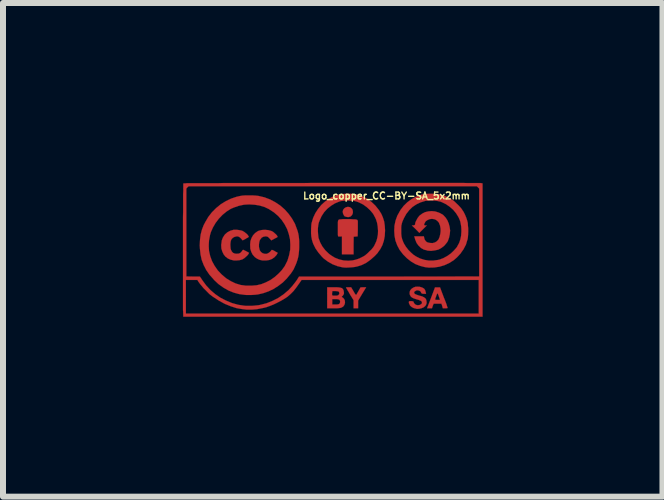
<source format=kicad_pcb>
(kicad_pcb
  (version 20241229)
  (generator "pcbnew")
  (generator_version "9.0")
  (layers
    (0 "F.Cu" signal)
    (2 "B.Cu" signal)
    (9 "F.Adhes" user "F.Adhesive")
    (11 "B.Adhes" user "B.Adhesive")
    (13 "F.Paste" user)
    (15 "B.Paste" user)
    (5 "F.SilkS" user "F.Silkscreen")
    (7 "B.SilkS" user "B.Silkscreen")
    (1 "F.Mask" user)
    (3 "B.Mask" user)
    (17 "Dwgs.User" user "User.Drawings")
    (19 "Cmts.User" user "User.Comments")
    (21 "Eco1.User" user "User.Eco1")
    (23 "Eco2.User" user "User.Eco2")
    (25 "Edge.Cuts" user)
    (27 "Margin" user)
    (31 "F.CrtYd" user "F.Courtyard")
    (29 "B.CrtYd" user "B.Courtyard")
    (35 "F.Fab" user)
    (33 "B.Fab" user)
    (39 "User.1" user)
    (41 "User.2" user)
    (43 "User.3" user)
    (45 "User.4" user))
  (footprint "Logo_copper_CC-BY-SA_5x2mm"
    (layer "F.Cu")
    (at 2.496 1.116)
    (property "Reference" "Logo_copper_CC-BY-SA_5x2mm" (at 0.9 -0.9 0) (layer "F.SilkS") (effects (font (size 0.114 0.114) (thickness 0.023))))
    (attr through_hole)
    (fp_poly (pts (xy 0.34 -0.625) (xy 0.335 -0.599) (xy 0.323 -0.577) (xy 0.302 -0.556) (xy 0.272 -0.546) (xy 0.269 -0.546) (xy 0.251 -0.546) (xy 0.231 -0.549) (xy 0.226 -0.551) (xy 0.208 -0.556) (xy 0.201 -0.561) (xy 0.198 -0.561) (xy 0.196 -0.566) (xy 0.188 -0.577) (xy 0.185 -0.582) (xy 0.173 -0.612) (xy 0.17 -0.643) (xy 0.18 -0.671) (xy 0.198 -0.693) (xy 0.224 -0.709) (xy 0.254 -0.716) (xy 0.259 -0.716) (xy 0.29 -0.711) (xy 0.312 -0.696) (xy 0.33 -0.676) (xy 0.338 -0.65) (xy 0.34 -0.625)) (stroke (width 0.003) (type solid)) (fill yes) (layer "F.Cu"))
    (fp_poly (pts (xy 0.561 0.625) (xy 0.493 0.737) (xy 0.427 0.848) (xy 0.427 0.912) (xy 0.427 0.975) (xy 0.389 0.975) (xy 0.351 0.975) (xy 0.351 0.909) (xy 0.351 0.841) (xy 0.287 0.737) (xy 0.269 0.704) (xy 0.251 0.676) (xy 0.239 0.653) (xy 0.229 0.638) (xy 0.224 0.63) (xy 0.229 0.627) (xy 0.244 0.625) (xy 0.264 0.625) (xy 0.267 0.625) (xy 0.31 0.625) (xy 0.351 0.693) (xy 0.368 0.724) (xy 0.381 0.742) (xy 0.391 0.752) (xy 0.396 0.752) (xy 0.401 0.742) (xy 0.411 0.726) (xy 0.424 0.704) (xy 0.434 0.686) (xy 0.467 0.627) (xy 0.513 0.625) (xy 0.561 0.625)) (stroke (width 0.003) (type solid)) (fill yes) (layer "F.Cu"))
    (fp_poly (pts (xy 1.92 0.97) (xy 1.915 0.973) (xy 1.9 0.975) (xy 1.88 0.975) (xy 1.839 0.975) (xy 1.829 0.937) (xy 1.816 0.899) (xy 1.793 0.899) (xy 1.793 0.836) (xy 1.773 0.777) (xy 1.765 0.754) (xy 1.755 0.734) (xy 1.75 0.726) (xy 1.75 0.724) (xy 1.745 0.732) (xy 1.737 0.749) (xy 1.73 0.77) (xy 1.722 0.792) (xy 1.714 0.813) (xy 1.712 0.828) (xy 1.709 0.831) (xy 1.717 0.833) (xy 1.732 0.836) (xy 1.75 0.836) (xy 1.793 0.836) (xy 1.793 0.899) (xy 1.75 0.899) (xy 1.687 0.899) (xy 1.671 0.937) (xy 1.659 0.975) (xy 1.618 0.975) (xy 1.577 0.975) (xy 1.643 0.803) (xy 1.709 0.627) (xy 1.753 0.627) (xy 1.793 0.627) (xy 1.857 0.798) (xy 1.875 0.841) (xy 1.89 0.881) (xy 1.902 0.914) (xy 1.91 0.942) (xy 1.918 0.963) (xy 1.92 0.97)) (stroke (width 0.003) (type solid)) (fill yes) (layer "F.Cu"))
    (fp_poly (pts (xy 0.422 -0.452) (xy 0.422 -0.432) (xy 0.422 -0.404) (xy 0.422 -0.371) (xy 0.422 -0.338) (xy 0.419 -0.224) (xy 0.386 -0.221) (xy 0.353 -0.218) (xy 0.351 -0.071) (xy 0.351 0.076) (xy 0.254 0.076) (xy 0.157 0.076) (xy 0.157 -0.074) (xy 0.157 -0.224) (xy 0.132 -0.221) (xy 0.112 -0.221) (xy 0.099 -0.221) (xy 0.097 -0.221) (xy 0.094 -0.226) (xy 0.091 -0.236) (xy 0.089 -0.254) (xy 0.089 -0.282) (xy 0.089 -0.32) (xy 0.089 -0.353) (xy 0.089 -0.396) (xy 0.089 -0.432) (xy 0.089 -0.457) (xy 0.091 -0.475) (xy 0.094 -0.488) (xy 0.097 -0.495) (xy 0.099 -0.495) (xy 0.102 -0.5) (xy 0.107 -0.503) (xy 0.114 -0.505) (xy 0.124 -0.508) (xy 0.142 -0.508) (xy 0.168 -0.511) (xy 0.201 -0.511) (xy 0.246 -0.511) (xy 0.254 -0.511) (xy 0.305 -0.511) (xy 0.343 -0.508) (xy 0.373 -0.508) (xy 0.394 -0.505) (xy 0.409 -0.5) (xy 0.417 -0.495) (xy 0.419 -0.485) (xy 0.422 -0.475) (xy 0.422 -0.462) (xy 0.422 -0.452)) (stroke (width 0.003) (type solid)) (fill yes) (layer "F.Cu"))
    (fp_poly (pts (xy -1.392 0.051) (xy -1.402 0.071) (xy -1.42 0.094) (xy -1.445 0.117) (xy -1.471 0.14) (xy -1.499 0.157) (xy -1.504 0.16) (xy -1.549 0.173) (xy -1.603 0.178) (xy -1.643 0.178) (xy -1.699 0.165) (xy -1.745 0.145) (xy -1.786 0.114) (xy -1.816 0.076) (xy -1.839 0.028) (xy -1.854 -0.023) (xy -1.857 -0.084) (xy -1.854 -0.099) (xy -1.847 -0.155) (xy -1.829 -0.203) (xy -1.803 -0.244) (xy -1.793 -0.257) (xy -1.753 -0.292) (xy -1.704 -0.318) (xy -1.651 -0.333) (xy -1.595 -0.333) (xy -1.57 -0.33) (xy -1.539 -0.325) (xy -1.509 -0.318) (xy -1.488 -0.307) (xy -1.471 -0.297) (xy -1.448 -0.279) (xy -1.427 -0.262) (xy -1.412 -0.244) (xy -1.4 -0.226) (xy -1.397 -0.218) (xy -1.402 -0.211) (xy -1.417 -0.201) (xy -1.438 -0.191) (xy -1.448 -0.183) (xy -1.499 -0.157) (xy -1.529 -0.191) (xy -1.547 -0.208) (xy -1.56 -0.216) (xy -1.572 -0.221) (xy -1.587 -0.224) (xy -1.598 -0.224) (xy -1.633 -0.216) (xy -1.661 -0.201) (xy -1.687 -0.175) (xy -1.687 -0.17) (xy -1.697 -0.15) (xy -1.702 -0.117) (xy -1.704 -0.084) (xy -1.702 -0.046) (xy -1.699 -0.015) (xy -1.694 0) (xy -1.679 0.03) (xy -1.659 0.051) (xy -1.628 0.064) (xy -1.598 0.066) (xy -1.565 0.064) (xy -1.539 0.053) (xy -1.519 0.033) (xy -1.509 0.02) (xy -1.499 0.005) (xy -1.491 0) (xy -1.483 0.003) (xy -1.468 0.01) (xy -1.448 0.02) (xy -1.438 0.025) (xy -1.392 0.051)) (stroke (width 0.003) (type solid)) (fill yes) (layer "F.Cu"))
    (fp_poly (pts (xy -0.917 0.051) (xy -0.917 0.058) (xy -0.925 0.071) (xy -0.932 0.084) (xy -0.968 0.124) (xy -1.008 0.152) (xy -1.054 0.17) (xy -1.107 0.178) (xy -1.166 0.178) (xy -1.214 0.168) (xy -1.255 0.15) (xy -1.293 0.124) (xy -1.3 0.117) (xy -1.333 0.079) (xy -1.356 0.033) (xy -1.372 -0.02) (xy -1.372 -0.03) (xy -1.374 -0.089) (xy -1.369 -0.145) (xy -1.351 -0.196) (xy -1.326 -0.241) (xy -1.293 -0.277) (xy -1.252 -0.307) (xy -1.229 -0.318) (xy -1.179 -0.33) (xy -1.125 -0.333) (xy -1.072 -0.328) (xy -1.024 -0.315) (xy -1.016 -0.312) (xy -0.993 -0.3) (xy -0.968 -0.279) (xy -0.945 -0.259) (xy -0.927 -0.239) (xy -0.922 -0.229) (xy -0.917 -0.221) (xy -0.917 -0.213) (xy -0.925 -0.208) (xy -0.937 -0.201) (xy -0.958 -0.191) (xy -0.968 -0.185) (xy -1.021 -0.157) (xy -1.052 -0.191) (xy -1.069 -0.208) (xy -1.079 -0.216) (xy -1.092 -0.221) (xy -1.11 -0.224) (xy -1.118 -0.224) (xy -1.153 -0.218) (xy -1.181 -0.203) (xy -1.201 -0.178) (xy -1.212 -0.163) (xy -1.222 -0.13) (xy -1.227 -0.089) (xy -1.227 -0.048) (xy -1.219 -0.01) (xy -1.214 0.008) (xy -1.194 0.036) (xy -1.168 0.056) (xy -1.138 0.066) (xy -1.105 0.069) (xy -1.074 0.058) (xy -1.046 0.038) (xy -1.031 0.023) (xy -1.021 0.01) (xy -1.019 0.005) (xy -1.016 0.003) (xy -1.006 0.003) (xy -0.991 0.008) (xy -0.968 0.02) (xy -0.947 0.033) (xy -0.927 0.043) (xy -0.917 0.048) (xy -0.917 0.051)) (stroke (width 0.003) (type solid)) (fill yes) (layer "F.Cu"))
    (fp_poly (pts (xy 0.208 0.886) (xy 0.198 0.919) (xy 0.178 0.947) (xy 0.15 0.963) (xy 0.137 0.968) (xy 0.127 0.97) (xy 0.127 0.866) (xy 0.124 0.848) (xy 0.117 0.836) (xy 0.114 0.833) (xy 0.114 0.721) (xy 0.107 0.704) (xy 0.104 0.699) (xy 0.094 0.693) (xy 0.076 0.691) (xy 0.048 0.688) (xy 0.043 0.688) (xy -0.003 0.688) (xy -0.005 0.709) (xy -0.008 0.729) (xy -0.008 0.747) (xy -0.005 0.757) (xy 0 0.762) (xy 0.005 0.765) (xy 0.023 0.765) (xy 0.038 0.765) (xy 0.071 0.765) (xy 0.094 0.759) (xy 0.099 0.754) (xy 0.112 0.739) (xy 0.114 0.721) (xy 0.114 0.833) (xy 0.102 0.828) (xy 0.076 0.823) (xy 0.046 0.823) (xy -0.005 0.823) (xy -0.005 0.866) (xy -0.005 0.912) (xy 0.048 0.912) (xy 0.079 0.912) (xy 0.097 0.909) (xy 0.109 0.904) (xy 0.114 0.902) (xy 0.124 0.884) (xy 0.127 0.866) (xy 0.127 0.97) (xy 0.124 0.97) (xy 0.107 0.973) (xy 0.081 0.975) (xy 0.048 0.975) (xy 0.015 0.975) (xy -0.089 0.975) (xy -0.089 0.8) (xy -0.089 0.625) (xy 0.015 0.625) (xy 0.061 0.625) (xy 0.097 0.627) (xy 0.122 0.63) (xy 0.142 0.635) (xy 0.157 0.64) (xy 0.168 0.65) (xy 0.173 0.655) (xy 0.183 0.673) (xy 0.188 0.699) (xy 0.191 0.724) (xy 0.188 0.737) (xy 0.18 0.752) (xy 0.168 0.77) (xy 0.165 0.77) (xy 0.155 0.78) (xy 0.155 0.787) (xy 0.157 0.79) (xy 0.175 0.8) (xy 0.193 0.82) (xy 0.203 0.841) (xy 0.206 0.851) (xy 0.208 0.886)) (stroke (width 0.003) (type solid)) (fill yes) (layer "F.Cu"))
    (fp_poly (pts (xy 1.57 0.886) (xy 1.562 0.912) (xy 1.549 0.935) (xy 1.544 0.94) (xy 1.519 0.96) (xy 1.483 0.975) (xy 1.445 0.983) (xy 1.405 0.986) (xy 1.4 0.983) (xy 1.356 0.973) (xy 1.321 0.955) (xy 1.293 0.93) (xy 1.278 0.897) (xy 1.275 0.892) (xy 1.273 0.874) (xy 1.275 0.861) (xy 1.288 0.856) (xy 1.308 0.856) (xy 1.313 0.856) (xy 1.333 0.859) (xy 1.346 0.861) (xy 1.351 0.869) (xy 1.354 0.879) (xy 1.369 0.902) (xy 1.389 0.917) (xy 1.417 0.925) (xy 1.448 0.922) (xy 1.466 0.914) (xy 1.483 0.904) (xy 1.491 0.889) (xy 1.491 0.871) (xy 1.486 0.864) (xy 1.478 0.853) (xy 1.46 0.846) (xy 1.438 0.836) (xy 1.402 0.826) (xy 1.384 0.82) (xy 1.354 0.81) (xy 1.333 0.8) (xy 1.318 0.79) (xy 1.308 0.782) (xy 1.29 0.752) (xy 1.285 0.724) (xy 1.288 0.696) (xy 1.3 0.671) (xy 1.321 0.648) (xy 1.349 0.63) (xy 1.382 0.617) (xy 1.417 0.615) (xy 1.453 0.617) (xy 1.496 0.63) (xy 1.527 0.648) (xy 1.544 0.673) (xy 1.554 0.706) (xy 1.56 0.734) (xy 1.521 0.734) (xy 1.501 0.732) (xy 1.491 0.729) (xy 1.483 0.724) (xy 1.478 0.714) (xy 1.466 0.693) (xy 1.445 0.681) (xy 1.422 0.676) (xy 1.397 0.678) (xy 1.377 0.691) (xy 1.374 0.691) (xy 1.361 0.706) (xy 1.361 0.716) (xy 1.367 0.729) (xy 1.369 0.732) (xy 1.384 0.742) (xy 1.41 0.752) (xy 1.448 0.765) (xy 1.45 0.765) (xy 1.494 0.777) (xy 1.524 0.792) (xy 1.547 0.808) (xy 1.56 0.828) (xy 1.567 0.851) (xy 1.567 0.856) (xy 1.57 0.886)) (stroke (width 0.003) (type solid)) (fill yes) (layer "F.Cu"))
    (fp_poly (pts (xy 1.961 -0.323) (xy 1.956 -0.262) (xy 1.943 -0.201) (xy 1.923 -0.145) (xy 1.91 -0.124) (xy 1.89 -0.099) (xy 1.869 -0.074) (xy 1.867 -0.071) (xy 1.819 -0.033) (xy 1.765 -0.003) (xy 1.707 0.01) (xy 1.643 0.018) (xy 1.58 0.013) (xy 1.577 0.01) (xy 1.524 -0.003) (xy 1.476 -0.03) (xy 1.435 -0.069) (xy 1.402 -0.114) (xy 1.379 -0.17) (xy 1.369 -0.206) (xy 1.364 -0.224) (xy 1.445 -0.224) (xy 1.524 -0.224) (xy 1.529 -0.196) (xy 1.537 -0.17) (xy 1.554 -0.145) (xy 1.575 -0.127) (xy 1.577 -0.127) (xy 1.59 -0.122) (xy 1.61 -0.117) (xy 1.626 -0.114) (xy 1.669 -0.112) (xy 1.707 -0.122) (xy 1.74 -0.142) (xy 1.768 -0.173) (xy 1.786 -0.216) (xy 1.798 -0.267) (xy 1.803 -0.312) (xy 1.801 -0.361) (xy 1.793 -0.404) (xy 1.778 -0.442) (xy 1.778 -0.447) (xy 1.755 -0.475) (xy 1.727 -0.498) (xy 1.697 -0.511) (xy 1.656 -0.516) (xy 1.618 -0.511) (xy 1.582 -0.495) (xy 1.554 -0.475) (xy 1.539 -0.45) (xy 1.529 -0.429) (xy 1.527 -0.417) (xy 1.532 -0.409) (xy 1.544 -0.406) (xy 1.549 -0.406) (xy 1.572 -0.406) (xy 1.511 -0.345) (xy 1.448 -0.282) (xy 1.387 -0.345) (xy 1.323 -0.406) (xy 1.346 -0.406) (xy 1.367 -0.411) (xy 1.377 -0.422) (xy 1.379 -0.439) (xy 1.382 -0.455) (xy 1.392 -0.478) (xy 1.405 -0.503) (xy 1.42 -0.531) (xy 1.438 -0.554) (xy 1.45 -0.569) (xy 1.494 -0.602) (xy 1.542 -0.627) (xy 1.595 -0.64) (xy 1.651 -0.645) (xy 1.709 -0.64) (xy 1.768 -0.622) (xy 1.801 -0.607) (xy 1.847 -0.579) (xy 1.885 -0.538) (xy 1.915 -0.493) (xy 1.938 -0.439) (xy 1.953 -0.381) (xy 1.961 -0.323)) (stroke (width 0.003) (type solid)) (fill yes) (layer "F.Cu"))
    (fp_poly (pts (xy -0.556 -0.086) (xy -0.556 -0.041) (xy -0.559 0.018) (xy -0.564 0.071) (xy -0.572 0.119) (xy -0.584 0.165) (xy -0.599 0.211) (xy -0.612 0.244) (xy -0.65 0.328) (xy -0.701 0.406) (xy -0.704 0.406) (xy -0.704 -0.086) (xy -0.709 -0.175) (xy -0.729 -0.262) (xy -0.757 -0.345) (xy -0.798 -0.424) (xy -0.848 -0.498) (xy -0.907 -0.564) (xy -0.978 -0.625) (xy -1.057 -0.676) (xy -1.059 -0.678) (xy -1.135 -0.714) (xy -1.219 -0.739) (xy -1.303 -0.752) (xy -1.392 -0.757) (xy -1.478 -0.752) (xy -1.562 -0.734) (xy -1.643 -0.706) (xy -1.697 -0.683) (xy -1.768 -0.638) (xy -1.836 -0.582) (xy -1.897 -0.518) (xy -1.951 -0.447) (xy -1.994 -0.373) (xy -2.029 -0.295) (xy -2.042 -0.251) (xy -2.06 -0.157) (xy -2.065 -0.069) (xy -2.06 0.02) (xy -2.04 0.107) (xy -2.009 0.191) (xy -1.966 0.269) (xy -1.913 0.345) (xy -1.847 0.414) (xy -1.775 0.475) (xy -1.697 0.523) (xy -1.618 0.561) (xy -1.532 0.587) (xy -1.443 0.599) (xy -1.351 0.599) (xy -1.267 0.592) (xy -1.189 0.574) (xy -1.113 0.544) (xy -1.036 0.505) (xy -0.968 0.457) (xy -0.904 0.401) (xy -0.846 0.34) (xy -0.798 0.274) (xy -0.762 0.203) (xy -0.752 0.183) (xy -0.724 0.091) (xy -0.706 0) (xy -0.704 -0.086) (xy -0.704 0.406) (xy -0.762 0.478) (xy -0.828 0.544) (xy -0.904 0.602) (xy -0.983 0.653) (xy -1.067 0.693) (xy -1.156 0.724) (xy -1.242 0.744) (xy -1.285 0.749) (xy -1.326 0.752) (xy -1.359 0.754) (xy -1.384 0.754) (xy -1.41 0.754) (xy -1.435 0.754) (xy -1.458 0.752) (xy -1.557 0.739) (xy -1.648 0.714) (xy -1.737 0.678) (xy -1.821 0.63) (xy -1.902 0.572) (xy -1.981 0.498) (xy -1.981 0.495) (xy -2.05 0.419) (xy -2.106 0.338) (xy -2.149 0.254) (xy -2.182 0.168) (xy -2.202 0.074) (xy -2.212 -0.023) (xy -2.215 -0.076) (xy -2.21 -0.168) (xy -2.2 -0.251) (xy -2.179 -0.333) (xy -2.149 -0.411) (xy -2.123 -0.46) (xy -2.073 -0.546) (xy -2.012 -0.625) (xy -1.941 -0.696) (xy -1.864 -0.759) (xy -1.781 -0.81) (xy -1.692 -0.853) (xy -1.6 -0.884) (xy -1.542 -0.897) (xy -1.499 -0.904) (xy -1.448 -0.907) (xy -1.392 -0.907) (xy -1.336 -0.907) (xy -1.285 -0.904) (xy -1.24 -0.899) (xy -1.229 -0.897) (xy -1.133 -0.874) (xy -1.039 -0.838) (xy -0.953 -0.792) (xy -0.871 -0.737) (xy -0.798 -0.673) (xy -0.732 -0.599) (xy -0.676 -0.521) (xy -0.627 -0.434) (xy -0.592 -0.34) (xy -0.584 -0.318) (xy -0.572 -0.274) (xy -0.564 -0.231) (xy -0.559 -0.188) (xy -0.556 -0.142) (xy -0.556 -0.086)) (stroke (width 0.003) (type solid)) (fill yes) (layer "F.Cu"))
    (fp_poly (pts (xy 0.876 -0.318) (xy 0.871 -0.231) (xy 0.856 -0.152) (xy 0.833 -0.081) (xy 0.798 -0.013) (xy 0.759 0.041) (xy 0.759 -0.318) (xy 0.754 -0.386) (xy 0.744 -0.447) (xy 0.726 -0.505) (xy 0.711 -0.538) (xy 0.676 -0.602) (xy 0.627 -0.66) (xy 0.572 -0.711) (xy 0.508 -0.757) (xy 0.442 -0.79) (xy 0.401 -0.805) (xy 0.381 -0.81) (xy 0.361 -0.815) (xy 0.338 -0.818) (xy 0.31 -0.818) (xy 0.274 -0.82) (xy 0.257 -0.82) (xy 0.218 -0.818) (xy 0.188 -0.818) (xy 0.163 -0.815) (xy 0.142 -0.813) (xy 0.122 -0.808) (xy 0.114 -0.805) (xy 0.041 -0.775) (xy -0.025 -0.734) (xy -0.086 -0.686) (xy -0.14 -0.627) (xy -0.183 -0.561) (xy -0.216 -0.488) (xy -0.231 -0.447) (xy -0.239 -0.406) (xy -0.244 -0.358) (xy -0.244 -0.307) (xy -0.241 -0.259) (xy -0.236 -0.213) (xy -0.234 -0.198) (xy -0.206 -0.122) (xy -0.168 -0.053) (xy -0.119 0.01) (xy -0.061 0.066) (xy -0.028 0.091) (xy 0.038 0.132) (xy 0.109 0.16) (xy 0.185 0.178) (xy 0.264 0.183) (xy 0.33 0.178) (xy 0.389 0.165) (xy 0.447 0.145) (xy 0.503 0.117) (xy 0.518 0.109) (xy 0.538 0.097) (xy 0.564 0.076) (xy 0.592 0.051) (xy 0.617 0.025) (xy 0.648 -0.003) (xy 0.668 -0.028) (xy 0.686 -0.051) (xy 0.699 -0.074) (xy 0.706 -0.089) (xy 0.732 -0.145) (xy 0.747 -0.201) (xy 0.757 -0.257) (xy 0.759 -0.318) (xy 0.759 0.041) (xy 0.754 0.051) (xy 0.704 0.104) (xy 0.635 0.165) (xy 0.564 0.216) (xy 0.488 0.254) (xy 0.409 0.279) (xy 0.406 0.279) (xy 0.368 0.287) (xy 0.325 0.292) (xy 0.277 0.295) (xy 0.229 0.297) (xy 0.188 0.295) (xy 0.163 0.292) (xy 0.079 0.272) (xy 0 0.241) (xy -0.076 0.198) (xy -0.147 0.145) (xy -0.178 0.114) (xy -0.236 0.046) (xy -0.284 -0.023) (xy -0.323 -0.102) (xy -0.343 -0.165) (xy -0.348 -0.193) (xy -0.353 -0.218) (xy -0.356 -0.246) (xy -0.358 -0.277) (xy -0.358 -0.315) (xy -0.356 -0.373) (xy -0.353 -0.422) (xy -0.348 -0.45) (xy -0.323 -0.533) (xy -0.287 -0.61) (xy -0.241 -0.681) (xy -0.188 -0.747) (xy -0.124 -0.805) (xy -0.056 -0.853) (xy 0.015 -0.892) (xy 0.097 -0.919) (xy 0.112 -0.922) (xy 0.15 -0.93) (xy 0.198 -0.932) (xy 0.249 -0.935) (xy 0.302 -0.935) (xy 0.353 -0.93) (xy 0.396 -0.925) (xy 0.417 -0.919) (xy 0.5 -0.892) (xy 0.577 -0.851) (xy 0.65 -0.798) (xy 0.714 -0.737) (xy 0.772 -0.665) (xy 0.777 -0.658) (xy 0.815 -0.597) (xy 0.841 -0.536) (xy 0.861 -0.472) (xy 0.871 -0.404) (xy 0.876 -0.325) (xy 0.876 -0.318)) (stroke (width 0.003) (type solid)) (fill yes) (layer "F.Cu"))
    (fp_poly (pts (xy 2.263 -0.305) (xy 2.261 -0.254) (xy 2.258 -0.211) (xy 2.253 -0.175) (xy 2.25 -0.17) (xy 2.225 -0.086) (xy 2.184 -0.008) (xy 2.149 0.041) (xy 2.149 -0.3) (xy 2.149 -0.338) (xy 2.146 -0.389) (xy 2.139 -0.432) (xy 2.131 -0.472) (xy 2.116 -0.511) (xy 2.101 -0.544) (xy 2.06 -0.61) (xy 2.012 -0.668) (xy 1.953 -0.719) (xy 1.89 -0.762) (xy 1.821 -0.795) (xy 1.801 -0.803) (xy 1.755 -0.813) (xy 1.704 -0.82) (xy 1.648 -0.823) (xy 1.593 -0.82) (xy 1.544 -0.815) (xy 1.539 -0.813) (xy 1.466 -0.79) (xy 1.397 -0.757) (xy 1.333 -0.714) (xy 1.278 -0.66) (xy 1.229 -0.597) (xy 1.191 -0.528) (xy 1.166 -0.472) (xy 1.158 -0.447) (xy 1.153 -0.424) (xy 1.148 -0.406) (xy 1.146 -0.384) (xy 1.146 -0.356) (xy 1.146 -0.32) (xy 1.146 -0.267) (xy 1.151 -0.218) (xy 1.161 -0.178) (xy 1.176 -0.137) (xy 1.191 -0.104) (xy 1.222 -0.053) (xy 1.26 -0.003) (xy 1.303 0.041) (xy 1.351 0.084) (xy 1.394 0.112) (xy 1.46 0.145) (xy 1.532 0.168) (xy 1.605 0.18) (xy 1.681 0.18) (xy 1.755 0.17) (xy 1.781 0.165) (xy 1.847 0.14) (xy 1.913 0.104) (xy 1.974 0.061) (xy 2.027 0.01) (xy 2.073 -0.043) (xy 2.106 -0.104) (xy 2.111 -0.112) (xy 2.131 -0.17) (xy 2.144 -0.231) (xy 2.149 -0.3) (xy 2.149 0.041) (xy 2.136 0.061) (xy 2.075 0.127) (xy 2.022 0.173) (xy 1.946 0.221) (xy 1.867 0.257) (xy 1.783 0.282) (xy 1.697 0.295) (xy 1.608 0.297) (xy 1.544 0.29) (xy 1.463 0.269) (xy 1.384 0.239) (xy 1.311 0.196) (xy 1.242 0.142) (xy 1.179 0.079) (xy 1.171 0.069) (xy 1.118 0) (xy 1.079 -0.074) (xy 1.049 -0.155) (xy 1.034 -0.236) (xy 1.029 -0.32) (xy 1.034 -0.406) (xy 1.052 -0.49) (xy 1.082 -0.572) (xy 1.092 -0.589) (xy 1.133 -0.663) (xy 1.186 -0.732) (xy 1.247 -0.792) (xy 1.316 -0.843) (xy 1.389 -0.884) (xy 1.468 -0.914) (xy 1.486 -0.919) (xy 1.509 -0.925) (xy 1.532 -0.93) (xy 1.554 -0.932) (xy 1.582 -0.932) (xy 1.618 -0.935) (xy 1.648 -0.935) (xy 1.694 -0.932) (xy 1.727 -0.932) (xy 1.753 -0.93) (xy 1.775 -0.927) (xy 1.798 -0.922) (xy 1.808 -0.919) (xy 1.862 -0.902) (xy 1.915 -0.879) (xy 1.968 -0.851) (xy 2.007 -0.826) (xy 2.035 -0.805) (xy 2.065 -0.775) (xy 2.098 -0.744) (xy 2.129 -0.711) (xy 2.154 -0.681) (xy 2.162 -0.668) (xy 2.187 -0.63) (xy 2.21 -0.584) (xy 2.23 -0.536) (xy 2.245 -0.49) (xy 2.248 -0.48) (xy 2.256 -0.447) (xy 2.258 -0.404) (xy 2.263 -0.356) (xy 2.263 -0.305)) (stroke (width 0.003) (type solid)) (fill yes) (layer "F.Cu"))
    (fp_poly (pts (xy 2.502 1.115) (xy 2.446 1.115) (xy 2.446 0.445) (xy 2.446 -0.287) (xy 2.446 -1.021) (xy 2.426 -1.041) (xy 2.408 -1.059) (xy 0.003 -1.059) (xy -2.4 -1.059) (xy -2.421 -1.041) (xy -2.438 -1.021) (xy -2.438 -0.287) (xy -2.438 0.445) (xy -2.324 0.447) (xy -2.212 0.447) (xy -2.169 0.511) (xy -2.108 0.594) (xy -2.037 0.671) (xy -1.958 0.739) (xy -1.869 0.8) (xy -1.775 0.848) (xy -1.676 0.889) (xy -1.575 0.917) (xy -1.491 0.93) (xy -1.448 0.935) (xy -1.397 0.935) (xy -1.341 0.935) (xy -1.288 0.93) (xy -1.237 0.925) (xy -1.206 0.919) (xy -1.1 0.892) (xy -0.998 0.851) (xy -0.904 0.803) (xy -0.815 0.742) (xy -0.732 0.671) (xy -0.699 0.635) (xy -0.671 0.605) (xy -0.643 0.569) (xy -0.615 0.533) (xy -0.599 0.511) (xy -0.559 0.447) (xy 0.942 0.447) (xy 2.446 0.445) (xy 2.446 1.115) (xy 2.438 1.115) (xy 2.438 1.064) (xy 2.438 0.785) (xy 2.438 0.503) (xy 0.96 0.503) (xy -0.516 0.503) (xy -0.556 0.561) (xy -0.605 0.63) (xy -0.653 0.691) (xy -0.701 0.739) (xy -0.754 0.785) (xy -0.813 0.823) (xy -0.856 0.848) (xy -0.925 0.884) (xy -0.988 0.914) (xy -1.046 0.937) (xy -1.105 0.958) (xy -1.168 0.973) (xy -1.171 0.973) (xy -1.262 0.991) (xy -1.349 0.998) (xy -1.43 0.998) (xy -1.514 0.988) (xy -1.6 0.973) (xy -1.697 0.942) (xy -1.796 0.902) (xy -1.895 0.848) (xy -1.996 0.782) (xy -2.029 0.757) (xy -2.055 0.737) (xy -2.085 0.706) (xy -2.118 0.673) (xy -2.151 0.64) (xy -2.182 0.602) (xy -2.21 0.569) (xy -2.23 0.541) (xy -2.243 0.523) (xy -2.253 0.503) (xy -2.349 0.503) (xy -2.446 0.503) (xy -2.446 0.785) (xy -2.446 1.064) (xy -0.003 1.064) (xy 2.438 1.064) (xy 2.438 1.115) (xy 0.005 1.115) (xy -2.489 1.115) (xy -2.492 1.026) (xy -2.494 1.006) (xy -2.494 0.978) (xy -2.494 0.937) (xy -2.494 0.886) (xy -2.494 0.828) (xy -2.494 0.762) (xy -2.494 0.688) (xy -2.494 0.61) (xy -2.494 0.523) (xy -2.494 0.434) (xy -2.494 0.34) (xy -2.494 0.244) (xy -2.494 0.145) (xy -2.494 0.043) (xy -2.494 -0.056) (xy -2.494 -0.157) (xy -2.494 -0.257) (xy -2.494 -0.356) (xy -2.494 -0.452) (xy -2.494 -0.544) (xy -2.492 -0.632) (xy -2.492 -0.716) (xy -2.492 -0.792) (xy -2.492 -0.864) (xy -2.492 -0.927) (xy -2.489 -0.983) (xy -2.489 -1.029) (xy -2.489 -1.064) (xy -2.489 -1.092) (xy -2.487 -1.105) (xy -2.487 -1.107) (xy -2.482 -1.107) (xy -2.461 -1.107) (xy -2.431 -1.11) (xy -2.39 -1.11) (xy -2.337 -1.11) (xy -2.273 -1.11) (xy -2.202 -1.11) (xy -2.121 -1.11) (xy -2.032 -1.11) (xy -1.933 -1.11) (xy -1.829 -1.113) (xy -1.717 -1.113) (xy -1.598 -1.113) (xy -1.473 -1.113) (xy -1.344 -1.113) (xy -1.209 -1.113) (xy -1.069 -1.113) (xy -0.927 -1.113) (xy -0.782 -1.113) (xy -0.632 -1.113) (xy -0.483 -1.113) (xy -0.33 -1.115) (xy -0.175 -1.115) (xy -0.02 -1.115) (xy 0.13 -1.115) (xy 0.284 -1.115) (xy 0.437 -1.115) (xy 0.587 -1.115) (xy 0.737 -1.115) (xy 0.884 -1.115) (xy 1.026 -1.115) (xy 1.166 -1.115) (xy 1.303 -1.115) (xy 1.433 -1.115) (xy 1.56 -1.115) (xy 1.679 -1.115) (xy 1.791 -1.115) (xy 1.897 -1.115) (xy 1.996 -1.115) (xy 2.088 -1.115) (xy 2.172 -1.115) (xy 2.245 -1.113) (xy 2.311 -1.113) (xy 2.365 -1.113) (xy 2.408 -1.113) (xy 2.441 -1.113) (xy 2.464 -1.113) (xy 2.471 -1.113) (xy 2.502 -1.107) (xy 2.502 0.003) (xy 2.502 1.115)) (stroke (width 0.003) (type solid)) (fill yes) (layer "F.Cu")))
  (gr_rect
    (start -3 -3)
    (end 7.999 5.233)
    (stroke (width 0.1) (type default))
    (fill no)
    (layer "Edge.Cuts")))
</source>
